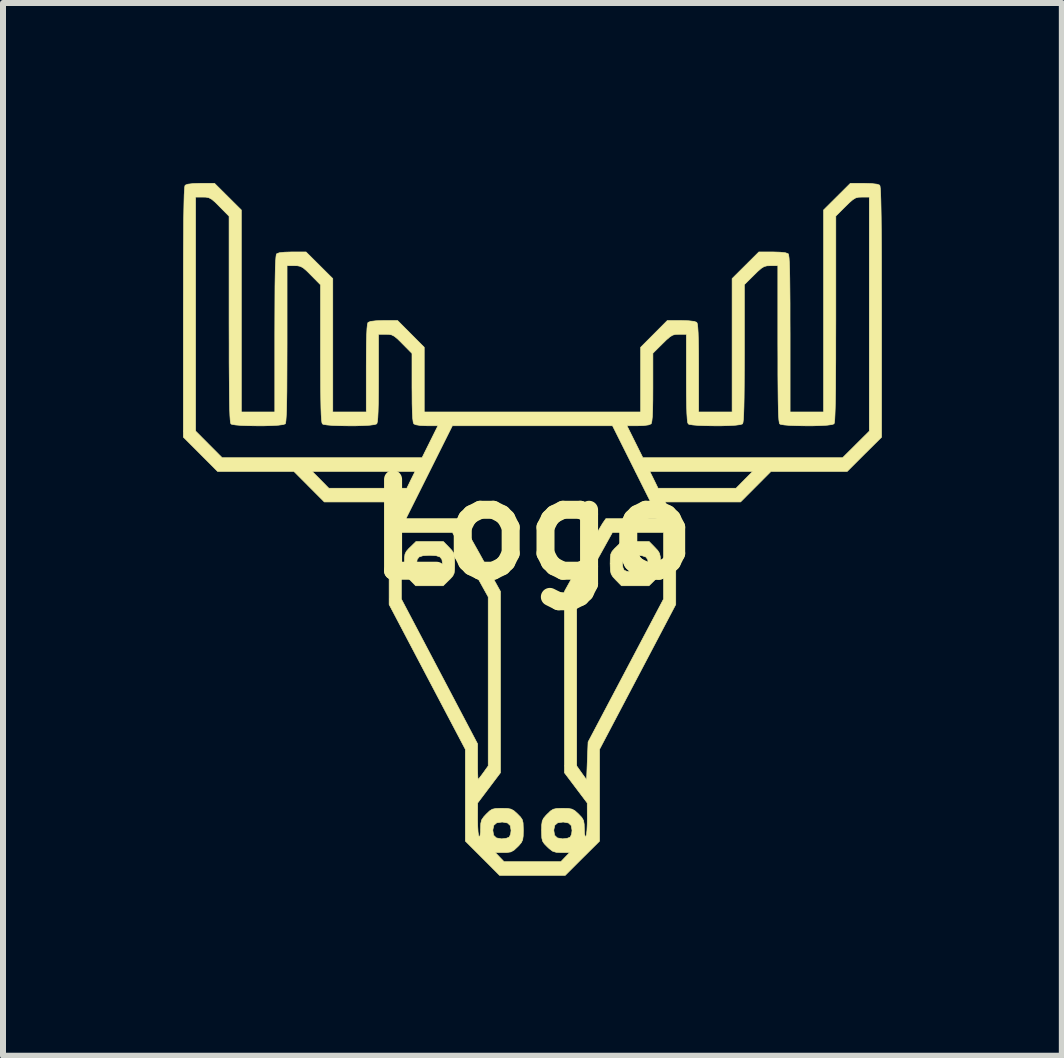
<source format=kicad_pcb>
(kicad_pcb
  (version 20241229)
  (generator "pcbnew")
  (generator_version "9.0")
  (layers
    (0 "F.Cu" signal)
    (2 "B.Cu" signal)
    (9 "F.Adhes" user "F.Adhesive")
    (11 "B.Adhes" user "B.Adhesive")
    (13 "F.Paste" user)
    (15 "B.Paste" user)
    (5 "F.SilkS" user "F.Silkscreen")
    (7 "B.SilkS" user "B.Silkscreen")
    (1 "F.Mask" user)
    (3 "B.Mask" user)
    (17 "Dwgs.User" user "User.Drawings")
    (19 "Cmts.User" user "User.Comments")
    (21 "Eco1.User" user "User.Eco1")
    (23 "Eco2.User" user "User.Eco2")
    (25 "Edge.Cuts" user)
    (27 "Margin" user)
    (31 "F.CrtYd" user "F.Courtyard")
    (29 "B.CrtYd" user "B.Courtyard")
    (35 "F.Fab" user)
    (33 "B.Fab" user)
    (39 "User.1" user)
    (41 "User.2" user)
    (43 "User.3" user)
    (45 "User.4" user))
  (footprint "Logo"
    (layer "F.Cu")
    (at 5.822 5.771)
    (property "Reference" "Logo" (at 0 0 0) (layer "F.SilkS") (effects (font (size 1.524 1.524) (thickness 0.3))))
    (attr through_hole)
    (fp_poly (pts (xy -1.389 0.3) (xy -1.34 0.353) (xy -1.312 0.399) (xy -1.299 0.454) (xy -1.296 0.536) (xy -1.295 0.574) (xy -1.297 0.669) (xy -1.305 0.73) (xy -1.327 0.776) (xy -1.368 0.823) (xy -1.392 0.846) (xy -1.488 0.94) (xy -1.945 0.94) (xy -2.04 0.843) (xy -2.089 0.79) (xy -2.117 0.744) (xy -2.13 0.689) (xy -2.133 0.607) (xy -2.134 0.572) (xy -1.93 0.572) (xy -1.921 0.637) (xy -1.9 0.681) (xy -1.856 0.699) (xy -1.78 0.708) (xy -1.691 0.71) (xy -1.607 0.704) (xy -1.545 0.69) (xy -1.529 0.681) (xy -1.507 0.635) (xy -1.499 0.572) (xy -1.508 0.502) (xy -1.54 0.46) (xy -1.605 0.438) (xy -1.711 0.432) (xy -1.714 0.432) (xy -1.822 0.438) (xy -1.888 0.459) (xy -1.921 0.501) (xy -1.93 0.569) (xy -1.93 0.572) (xy -2.134 0.572) (xy -2.134 0.569) (xy -2.132 0.474) (xy -2.124 0.413) (xy -2.102 0.367) (xy -2.061 0.32) (xy -2.037 0.297) (xy -1.941 0.203) (xy -1.484 0.203) (xy -1.389 0.3)) (stroke (width 0.01) (type solid)) (fill yes) (layer "F.SilkS"))
    (fp_poly (pts (xy 2.04 0.3) (xy 2.089 0.353) (xy 2.117 0.399) (xy 2.13 0.454) (xy 2.133 0.536) (xy 2.134 0.574) (xy 2.132 0.669) (xy 2.124 0.73) (xy 2.102 0.776) (xy 2.061 0.823) (xy 2.037 0.846) (xy 1.941 0.94) (xy 1.484 0.94) (xy 1.389 0.843) (xy 1.34 0.79) (xy 1.312 0.744) (xy 1.299 0.689) (xy 1.296 0.607) (xy 1.295 0.572) (xy 1.499 0.572) (xy 1.508 0.637) (xy 1.529 0.681) (xy 1.573 0.699) (xy 1.649 0.708) (xy 1.738 0.71) (xy 1.822 0.704) (xy 1.884 0.69) (xy 1.9 0.681) (xy 1.922 0.635) (xy 1.93 0.572) (xy 1.921 0.502) (xy 1.889 0.46) (xy 1.824 0.438) (xy 1.718 0.432) (xy 1.714 0.432) (xy 1.607 0.438) (xy 1.541 0.459) (xy 1.508 0.501) (xy 1.499 0.569) (xy 1.499 0.572) (xy 1.295 0.572) (xy 1.295 0.569) (xy 1.297 0.474) (xy 1.305 0.413) (xy 1.327 0.367) (xy 1.368 0.32) (xy 1.392 0.297) (xy 1.488 0.203) (xy 1.945 0.203) (xy 2.04 0.3)) (stroke (width 0.01) (type solid)) (fill yes) (layer "F.SilkS"))
    (fp_poly (pts (xy -5.074 -5.544) (xy -4.851 -5.322) (xy -4.851 -1.956) (xy -4.293 -1.956) (xy -4.293 -3.259) (xy -4.292 -3.57) (xy -4.291 -3.833) (xy -4.29 -4.051) (xy -4.287 -4.228) (xy -4.284 -4.366) (xy -4.279 -4.469) (xy -4.274 -4.539) (xy -4.268 -4.579) (xy -4.262 -4.592) (xy -4.219 -4.609) (xy -4.131 -4.619) (xy -4.005 -4.623) (xy -4.002 -4.623) (xy -3.773 -4.623) (xy -3.55 -4.401) (xy -3.327 -4.179) (xy -3.327 -1.956) (xy -2.769 -1.956) (xy -2.769 -2.687) (xy -2.768 -2.919) (xy -2.766 -3.104) (xy -2.762 -3.246) (xy -2.757 -3.348) (xy -2.75 -3.413) (xy -2.741 -3.446) (xy -2.738 -3.449) (xy -2.695 -3.466) (xy -2.607 -3.476) (xy -2.481 -3.48) (xy -2.477 -3.48) (xy -2.247 -3.48) (xy -2.025 -3.257) (xy -1.803 -3.034) (xy -1.803 -1.956) (xy 1.803 -1.956) (xy 1.803 -3.034) (xy 2.247 -3.48) (xy 2.477 -3.48) (xy 2.604 -3.476) (xy 2.693 -3.466) (xy 2.738 -3.45) (xy 2.738 -3.449) (xy 2.748 -3.424) (xy 2.755 -3.367) (xy 2.761 -3.275) (xy 2.765 -3.144) (xy 2.768 -2.97) (xy 2.769 -2.75) (xy 2.769 -2.687) (xy 2.769 -1.956) (xy 3.327 -1.956) (xy 3.327 -4.179) (xy 3.773 -4.623) (xy 4.002 -4.623) (xy 4.129 -4.619) (xy 4.217 -4.609) (xy 4.262 -4.593) (xy 4.262 -4.592) (xy 4.269 -4.572) (xy 4.276 -4.524) (xy 4.281 -4.446) (xy 4.285 -4.335) (xy 4.288 -4.188) (xy 4.29 -4.001) (xy 4.292 -3.772) (xy 4.292 -3.497) (xy 4.293 -3.259) (xy 4.293 -1.956) (xy 4.851 -1.956) (xy 4.851 -5.322) (xy 5.297 -5.766) (xy 5.526 -5.766) (xy 5.653 -5.762) (xy 5.741 -5.752) (xy 5.786 -5.736) (xy 5.786 -5.735) (xy 5.792 -5.717) (xy 5.797 -5.675) (xy 5.801 -5.604) (xy 5.805 -5.504) (xy 5.808 -5.37) (xy 5.811 -5.202) (xy 5.813 -4.997) (xy 5.815 -4.751) (xy 5.816 -4.463) (xy 5.816 -4.129) (xy 5.817 -3.749) (xy 5.817 -3.62) (xy 5.817 -1.536) (xy 5.53 -1.251) (xy 5.244 -0.965) (xy 4.609 -0.965) (xy 3.974 -0.965) (xy 3.721 -0.711) (xy 3.468 -0.457) (xy 2.209 -0.457) (xy 2.298 -0.28) (xy 2.388 -0.103) (xy 2.388 1.252) (xy 1.753 2.459) (xy 1.118 3.665) (xy 1.118 5.195) (xy 0.831 5.48) (xy 0.545 5.766) (xy -0.547 5.766) (xy -0.832 5.48) (xy -1.118 5.194) (xy -1.118 3.665) (xy -1.753 2.459) (xy -2.388 1.252) (xy -2.388 0.051) (xy -2.184 0.051) (xy -2.184 1.161) (xy -1.549 2.367) (xy -0.914 3.574) (xy -0.914 3.87) (xy -0.914 3.986) (xy -0.912 4.08) (xy -0.909 4.143) (xy -0.906 4.166) (xy -0.888 4.147) (xy -0.85 4.098) (xy -0.817 4.053) (xy -0.737 3.941) (xy -0.737 1.125) (xy -1.035 0.588) (xy -1.333 0.051) (xy -2.184 0.051) (xy -2.388 0.051) (xy -2.388 -0.103) (xy -2.35 -0.178) (xy -2.108 -0.178) (xy -1.223 -0.178) (xy -1.174 -0.108) (xy -1.149 -0.066) (xy -1.103 0.013) (xy -1.04 0.122) (xy -0.966 0.254) (xy -0.883 0.402) (xy -0.83 0.498) (xy -0.533 1.034) (xy -0.533 4.055) (xy -0.723 4.307) (xy -0.913 4.559) (xy -0.914 4.831) (xy -0.912 4.948) (xy -0.906 5.042) (xy -0.897 5.102) (xy -0.889 5.118) (xy -0.874 5.105) (xy -0.865 5.047) (xy -0.864 5.016) (xy -0.66 5.016) (xy -0.647 5.097) (xy -0.601 5.141) (xy -0.518 5.156) (xy -0.508 5.156) (xy -0.438 5.148) (xy -0.389 5.129) (xy -0.386 5.126) (xy -0.364 5.08) (xy -0.356 5.016) (xy -0.369 4.936) (xy -0.415 4.892) (xy -0.498 4.877) (xy -0.508 4.877) (xy -0.595 4.889) (xy -0.644 4.931) (xy -0.66 5.008) (xy -0.66 5.016) (xy -0.864 5.016) (xy -0.864 4.987) (xy -0.861 4.9) (xy -0.846 4.84) (xy -0.81 4.788) (xy -0.77 4.745) (xy -0.715 4.692) (xy -0.669 4.663) (xy -0.613 4.651) (xy -0.527 4.648) (xy -0.51 4.648) (xy -0.418 4.65) (xy -0.358 4.661) (xy -0.31 4.687) (xy -0.255 4.736) (xy -0.249 4.742) (xy -0.198 4.794) (xy -0.169 4.838) (xy -0.156 4.891) (xy -0.153 4.971) (xy -0.152 5.014) (xy -0.154 5.11) (xy -0.163 5.172) (xy -0.185 5.219) (xy -0.226 5.268) (xy -0.246 5.288) (xy -0.307 5.345) (xy -0.359 5.374) (xy -0.425 5.384) (xy -0.48 5.385) (xy -0.619 5.385) (xy -0.546 5.461) (xy -0.473 5.537) (xy 0.473 5.537) (xy 0.546 5.461) (xy 0.619 5.385) (xy 0.482 5.385) (xy 0.396 5.381) (xy 0.337 5.363) (xy 0.281 5.321) (xy 0.249 5.291) (xy 0.198 5.239) (xy 0.169 5.195) (xy 0.156 5.142) (xy 0.153 5.062) (xy 0.152 5.019) (xy 0.152 5.016) (xy 0.356 5.016) (xy 0.369 5.097) (xy 0.415 5.141) (xy 0.498 5.156) (xy 0.508 5.156) (xy 0.578 5.148) (xy 0.627 5.129) (xy 0.63 5.126) (xy 0.652 5.08) (xy 0.66 5.016) (xy 0.647 4.936) (xy 0.601 4.892) (xy 0.518 4.877) (xy 0.508 4.877) (xy 0.421 4.889) (xy 0.372 4.931) (xy 0.356 5.008) (xy 0.356 5.016) (xy 0.152 5.016) (xy 0.154 4.923) (xy 0.163 4.861) (xy 0.185 4.814) (xy 0.226 4.765) (xy 0.246 4.745) (xy 0.301 4.692) (xy 0.347 4.663) (xy 0.403 4.651) (xy 0.489 4.648) (xy 0.506 4.648) (xy 0.598 4.65) (xy 0.658 4.661) (xy 0.706 4.687) (xy 0.761 4.736) (xy 0.767 4.742) (xy 0.822 4.8) (xy 0.851 4.85) (xy 0.862 4.912) (xy 0.864 4.985) (xy 0.867 5.07) (xy 0.878 5.114) (xy 0.889 5.118) (xy 0.9 5.087) (xy 0.908 5.016) (xy 0.913 4.913) (xy 0.914 4.831) (xy 0.913 4.559) (xy 0.533 4.055) (xy 0.533 1.125) (xy 0.737 1.125) (xy 0.737 3.941) (xy 0.819 4.057) (xy 0.902 4.172) (xy 0.927 3.543) (xy 2.184 1.161) (xy 2.184 0.051) (xy 1.333 0.051) (xy 1.035 0.588) (xy 0.737 1.125) (xy 0.533 1.125) (xy 0.533 1.034) (xy 0.83 0.498) (xy 0.915 0.344) (xy 0.995 0.201) (xy 1.066 0.077) (xy 1.122 -0.022) (xy 1.161 -0.087) (xy 1.174 -0.108) (xy 1.223 -0.178) (xy 1.665 -0.178) (xy 2.108 -0.178) (xy 1.715 -0.965) (xy 1.956 -0.965) (xy 2.025 -0.826) (xy 2.093 -0.686) (xy 3.393 -0.686) (xy 3.531 -0.826) (xy 3.669 -0.965) (xy 1.956 -0.965) (xy 1.715 -0.965) (xy 1.334 -1.727) (xy 1.575 -1.727) (xy 1.84 -1.194) (xy 5.168 -1.194) (xy 5.391 -1.416) (xy 5.613 -1.637) (xy 5.613 -5.537) (xy 5.493 -5.537) (xy 5.433 -5.535) (xy 5.386 -5.523) (xy 5.338 -5.494) (xy 5.278 -5.442) (xy 5.214 -5.379) (xy 5.055 -5.221) (xy 5.055 -3.505) (xy 5.054 -3.146) (xy 5.054 -2.836) (xy 5.052 -2.571) (xy 5.051 -2.349) (xy 5.048 -2.167) (xy 5.045 -2.022) (xy 5.041 -1.911) (xy 5.037 -1.833) (xy 5.032 -1.783) (xy 5.025 -1.759) (xy 5.024 -1.758) (xy 4.987 -1.746) (xy 4.91 -1.736) (xy 4.803 -1.73) (xy 4.678 -1.726) (xy 4.544 -1.726) (xy 4.412 -1.728) (xy 4.293 -1.732) (xy 4.197 -1.74) (xy 4.136 -1.75) (xy 4.12 -1.758) (xy 4.113 -1.778) (xy 4.106 -1.826) (xy 4.101 -1.904) (xy 4.097 -2.015) (xy 4.094 -2.162) (xy 4.092 -2.349) (xy 4.09 -2.578) (xy 4.09 -2.853) (xy 4.089 -3.091) (xy 4.089 -4.394) (xy 3.969 -4.394) (xy 3.909 -4.392) (xy 3.862 -4.38) (xy 3.814 -4.351) (xy 3.754 -4.299) (xy 3.69 -4.236) (xy 3.531 -4.078) (xy 3.531 -2.933) (xy 3.53 -2.642) (xy 3.529 -2.399) (xy 3.527 -2.2) (xy 3.524 -2.042) (xy 3.52 -1.922) (xy 3.515 -1.837) (xy 3.509 -1.784) (xy 3.501 -1.759) (xy 3.5 -1.758) (xy 3.463 -1.746) (xy 3.386 -1.736) (xy 3.279 -1.73) (xy 3.154 -1.726) (xy 3.02 -1.726) (xy 2.888 -1.728) (xy 2.769 -1.732) (xy 2.673 -1.74) (xy 2.612 -1.75) (xy 2.596 -1.758) (xy 2.586 -1.783) (xy 2.579 -1.84) (xy 2.573 -1.932) (xy 2.569 -2.063) (xy 2.566 -2.237) (xy 2.565 -2.457) (xy 2.565 -2.52) (xy 2.565 -3.251) (xy 2.445 -3.251) (xy 2.385 -3.249) (xy 2.338 -3.237) (xy 2.29 -3.208) (xy 2.23 -3.156) (xy 2.166 -3.093) (xy 2.007 -2.935) (xy 2.007 -2.362) (xy 2.006 -2.155) (xy 2.003 -1.996) (xy 1.998 -1.88) (xy 1.99 -1.804) (xy 1.98 -1.764) (xy 1.976 -1.758) (xy 1.934 -1.741) (xy 1.853 -1.73) (xy 1.76 -1.727) (xy 1.575 -1.727) (xy 1.334 -1.727) (xy -1.334 -1.727) (xy -2.108 -0.178) (xy -2.35 -0.178) (xy -2.209 -0.457) (xy -3.468 -0.457) (xy -3.721 -0.711) (xy -3.974 -0.965) (xy -3.669 -0.965) (xy -3.531 -0.826) (xy -3.393 -0.686) (xy -2.093 -0.686) (xy -2.025 -0.826) (xy -1.956 -0.965) (xy -3.669 -0.965) (xy -3.974 -0.965) (xy -3.974 -0.965) (xy -4.61 -0.965) (xy -5.246 -0.965) (xy -5.531 -1.251) (xy -5.817 -1.537) (xy -5.817 -3.621) (xy -5.816 -4.017) (xy -5.816 -4.365) (xy -5.815 -4.667) (xy -5.813 -4.925) (xy -5.812 -5.143) (xy -5.809 -5.322) (xy -5.806 -5.466) (xy -5.804 -5.537) (xy -5.613 -5.537) (xy -5.613 -1.639) (xy -5.392 -1.417) (xy -5.17 -1.194) (xy -1.84 -1.194) (xy -1.575 -1.727) (xy -1.76 -1.727) (xy -1.865 -1.731) (xy -1.942 -1.743) (xy -1.976 -1.758) (xy -1.987 -1.786) (xy -1.995 -1.849) (xy -2.001 -1.951) (xy -2.005 -2.095) (xy -2.006 -2.284) (xy -2.007 -2.36) (xy -2.007 -2.932) (xy -2.165 -3.092) (xy -2.242 -3.169) (xy -2.298 -3.216) (xy -2.344 -3.24) (xy -2.392 -3.25) (xy -2.444 -3.251) (xy -2.565 -3.251) (xy -2.565 -2.52) (xy -2.566 -2.288) (xy -2.568 -2.103) (xy -2.572 -1.961) (xy -2.577 -1.859) (xy -2.584 -1.794) (xy -2.593 -1.761) (xy -2.596 -1.758) (xy -2.633 -1.746) (xy -2.71 -1.736) (xy -2.817 -1.73) (xy -2.942 -1.726) (xy -3.076 -1.726) (xy -3.208 -1.728) (xy -3.327 -1.732) (xy -3.423 -1.74) (xy -3.484 -1.75) (xy -3.5 -1.758) (xy -3.508 -1.779) (xy -3.514 -1.828) (xy -3.52 -1.909) (xy -3.524 -2.024) (xy -3.527 -2.176) (xy -3.529 -2.369) (xy -3.53 -2.606) (xy -3.531 -2.89) (xy -3.531 -2.932) (xy -3.531 -4.075) (xy -3.689 -4.235) (xy -3.766 -4.312) (xy -3.822 -4.359) (xy -3.868 -4.383) (xy -3.916 -4.393) (xy -3.968 -4.394) (xy -4.089 -4.394) (xy -4.089 -3.091) (xy -4.09 -2.78) (xy -4.091 -2.517) (xy -4.092 -2.299) (xy -4.095 -2.122) (xy -4.098 -1.984) (xy -4.103 -1.881) (xy -4.108 -1.811) (xy -4.114 -1.771) (xy -4.12 -1.758) (xy -4.157 -1.746) (xy -4.234 -1.736) (xy -4.341 -1.73) (xy -4.466 -1.726) (xy -4.6 -1.726) (xy -4.732 -1.728) (xy -4.851 -1.732) (xy -4.947 -1.74) (xy -5.008 -1.75) (xy -5.024 -1.758) (xy -5.03 -1.776) (xy -5.036 -1.821) (xy -5.041 -1.894) (xy -5.045 -1.999) (xy -5.048 -2.137) (xy -5.05 -2.312) (xy -5.052 -2.527) (xy -5.054 -2.784) (xy -5.054 -3.085) (xy -5.055 -3.434) (xy -5.055 -3.503) (xy -5.055 -5.218) (xy -5.213 -5.378) (xy -5.29 -5.455) (xy -5.346 -5.502) (xy -5.392 -5.526) (xy -5.44 -5.536) (xy -5.492 -5.537) (xy -5.613 -5.537) (xy -5.804 -5.537) (xy -5.803 -5.576) (xy -5.798 -5.656) (xy -5.794 -5.707) (xy -5.788 -5.732) (xy -5.786 -5.735) (xy -5.743 -5.752) (xy -5.655 -5.762) (xy -5.529 -5.766) (xy -5.526 -5.766) (xy -5.297 -5.766) (xy -5.074 -5.544)) (stroke (width 0.01) (type solid)) (fill yes) (layer "F.SilkS")))
  (gr_rect
    (start -3 -3)
    (end 14.643 14.542)
    (stroke (width 0.1) (type default))
    (fill no)
    (layer "Edge.Cuts")))
</source>
